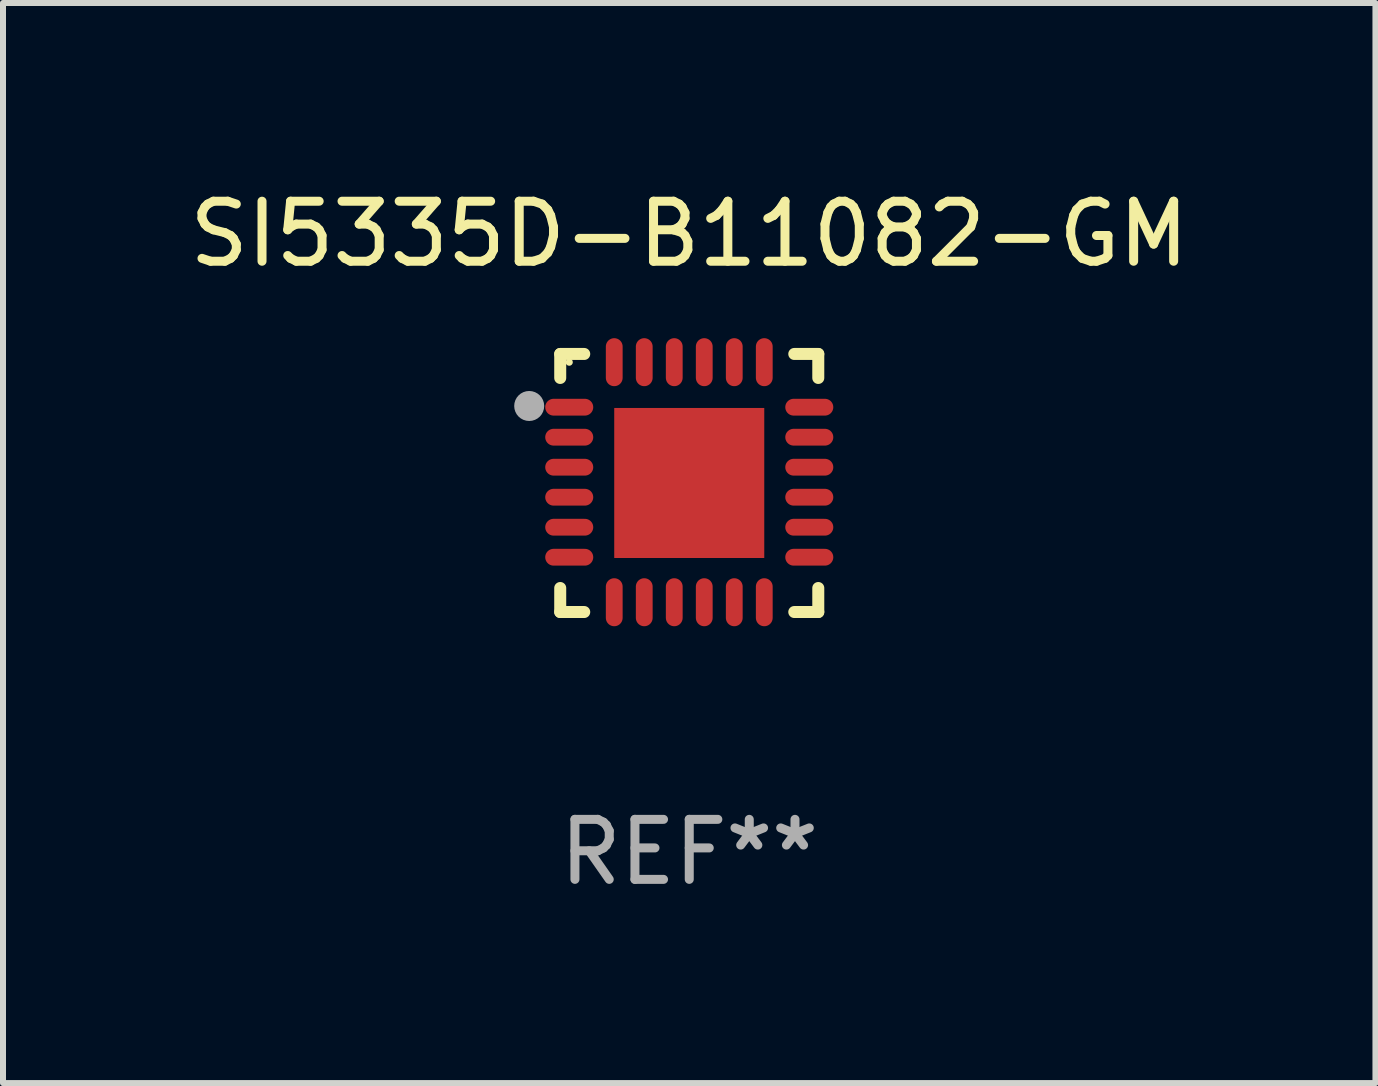
<source format=kicad_pcb>
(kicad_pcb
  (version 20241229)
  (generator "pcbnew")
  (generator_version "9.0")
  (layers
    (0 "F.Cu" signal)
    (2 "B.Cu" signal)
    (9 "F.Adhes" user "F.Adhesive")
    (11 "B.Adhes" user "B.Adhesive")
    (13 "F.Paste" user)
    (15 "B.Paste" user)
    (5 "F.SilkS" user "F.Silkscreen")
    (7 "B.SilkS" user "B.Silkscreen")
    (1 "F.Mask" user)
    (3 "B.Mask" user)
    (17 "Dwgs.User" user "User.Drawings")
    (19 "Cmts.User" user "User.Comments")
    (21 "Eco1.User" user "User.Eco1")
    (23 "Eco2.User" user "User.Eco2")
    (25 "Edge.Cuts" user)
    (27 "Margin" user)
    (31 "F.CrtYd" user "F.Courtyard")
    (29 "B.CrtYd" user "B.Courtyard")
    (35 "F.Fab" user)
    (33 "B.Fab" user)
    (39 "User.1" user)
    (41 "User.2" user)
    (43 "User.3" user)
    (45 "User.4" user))
  (footprint "SI5335D-B11082-GM"
    (layer "F.Cu")
    (at 8.435 4.998)
    (property "Reference" "SI5335D-B11082-GM" (at 0 -4.15 0) (layer "F.SilkS") (effects (font (size 1 1) (thickness 0.15))))
    (attr through_hole)
    (fp_line (start -2.15 -2.15) (end -1.75 -2.15) (stroke (width 0.2) (type solid)) (layer "F.SilkS"))
    (fp_line (start -2.15 -1.75) (end -2.15 -2.15) (stroke (width 0.2) (type solid)) (layer "F.SilkS"))
    (fp_line (start -2.15 2.15) (end -2.15 1.75) (stroke (width 0.2) (type solid)) (layer "F.SilkS"))
    (fp_line (start -1.75 2.15) (end -2.15 2.15) (stroke (width 0.2) (type solid)) (layer "F.SilkS"))
    (fp_line (start 1.75 -2.15) (end 2.15 -2.15) (stroke (width 0.2) (type solid)) (layer "F.SilkS"))
    (fp_line (start 1.75 2.15) (end 2.15 2.15) (stroke (width 0.2) (type solid)) (layer "F.SilkS"))
    (fp_line (start 2.15 -2.15) (end 2.15 -1.75) (stroke (width 0.2) (type solid)) (layer "F.SilkS"))
    (fp_line (start 2.15 2.15) (end 2.15 1.75) (stroke (width 0.2) (type solid)) (layer "F.SilkS"))
    (fp_circle (center -2 -2.013) (end -1.97 -2.013) (stroke (width 0.06) (type solid)) (fill no) (layer "F.SilkS"))
    (fp_circle (center -2.667 -1.283) (end -2.542 -1.283) (stroke (width 0.25) (type solid)) (fill no) (layer "F.Fab"))
    (fp_text user "REF**" (at 0 6.15 0) (layer "F.Fab") (effects (font (size 1 1) (thickness 0.15))))
    (pad "1" smd oval (at -2 -1.263) (size 0.8 0.28) (layers "F.Cu" "F.Mask" "F.Paste"))
    (pad "2" smd oval (at -2 -0.763) (size 0.8 0.28) (layers "F.Cu" "F.Mask" "F.Paste"))
    (pad "3" smd oval (at -2 -0.263) (size 0.8 0.28) (layers "F.Cu" "F.Mask" "F.Paste"))
    (pad "4" smd oval (at -2 0.237) (size 0.8 0.28) (layers "F.Cu" "F.Mask" "F.Paste"))
    (pad "5" smd oval (at -2 0.737) (size 0.8 0.28) (layers "F.Cu" "F.Mask" "F.Paste"))
    (pad "6" smd oval (at -2 1.237) (size 0.8 0.28) (layers "F.Cu" "F.Mask" "F.Paste"))
    (pad "7" smd oval (at -1.25 1.987) (size 0.28 0.8) (layers "F.Cu" "F.Mask" "F.Paste"))
    (pad "8" smd oval (at -0.75 1.987) (size 0.28 0.8) (layers "F.Cu" "F.Mask" "F.Paste"))
    (pad "9" smd oval (at -0.25 1.987) (size 0.28 0.8) (layers "F.Cu" "F.Mask" "F.Paste"))
    (pad "10" smd oval (at 0.25 1.987) (size 0.28 0.8) (layers "F.Cu" "F.Mask" "F.Paste"))
    (pad "11" smd oval (at 0.75 1.987) (size 0.28 0.8) (layers "F.Cu" "F.Mask" "F.Paste"))
    (pad "12" smd oval (at 1.25 1.987) (size 0.28 0.8) (layers "F.Cu" "F.Mask" "F.Paste"))
    (pad "13" smd oval (at 2 1.237) (size 0.8 0.28) (layers "F.Cu" "F.Mask" "F.Paste"))
    (pad "14" smd oval (at 2 0.737) (size 0.8 0.28) (layers "F.Cu" "F.Mask" "F.Paste"))
    (pad "15" smd oval (at 2 0.237) (size 0.8 0.28) (layers "F.Cu" "F.Mask" "F.Paste"))
    (pad "16" smd oval (at 2 -0.263) (size 0.8 0.28) (layers "F.Cu" "F.Mask" "F.Paste"))
    (pad "17" smd oval (at 2 -0.763) (size 0.8 0.28) (layers "F.Cu" "F.Mask" "F.Paste"))
    (pad "18" smd oval (at 2 -1.263) (size 0.8 0.28) (layers "F.Cu" "F.Mask" "F.Paste"))
    (pad "19" smd oval (at 1.25 -2.013) (size 0.28 0.8) (layers "F.Cu" "F.Mask" "F.Paste"))
    (pad "20" smd oval (at 0.75 -2.013) (size 0.28 0.8) (layers "F.Cu" "F.Mask" "F.Paste"))
    (pad "21" smd oval (at 0.25 -2.013) (size 0.28 0.8) (layers "F.Cu" "F.Mask" "F.Paste"))
    (pad "22" smd oval (at -0.25 -2.013) (size 0.28 0.8) (layers "F.Cu" "F.Mask" "F.Paste"))
    (pad "23" smd oval (at -0.75 -2.013) (size 0.28 0.8) (layers "F.Cu" "F.Mask" "F.Paste"))
    (pad "24" smd oval (at -1.25 -2.013) (size 0.28 0.8) (layers "F.Cu" "F.Mask" "F.Paste"))
    (pad "25" smd rect (at -0.000127 -0.00014) (size 2.5 2.5) (layers "F.Cu" "F.Mask" "F.Paste")))
  (gr_rect
    (start -3 -3)
    (end 19.869 14.997)
    (stroke (width 0.1) (type default))
    (fill no)
    (layer "Edge.Cuts")))
</source>
